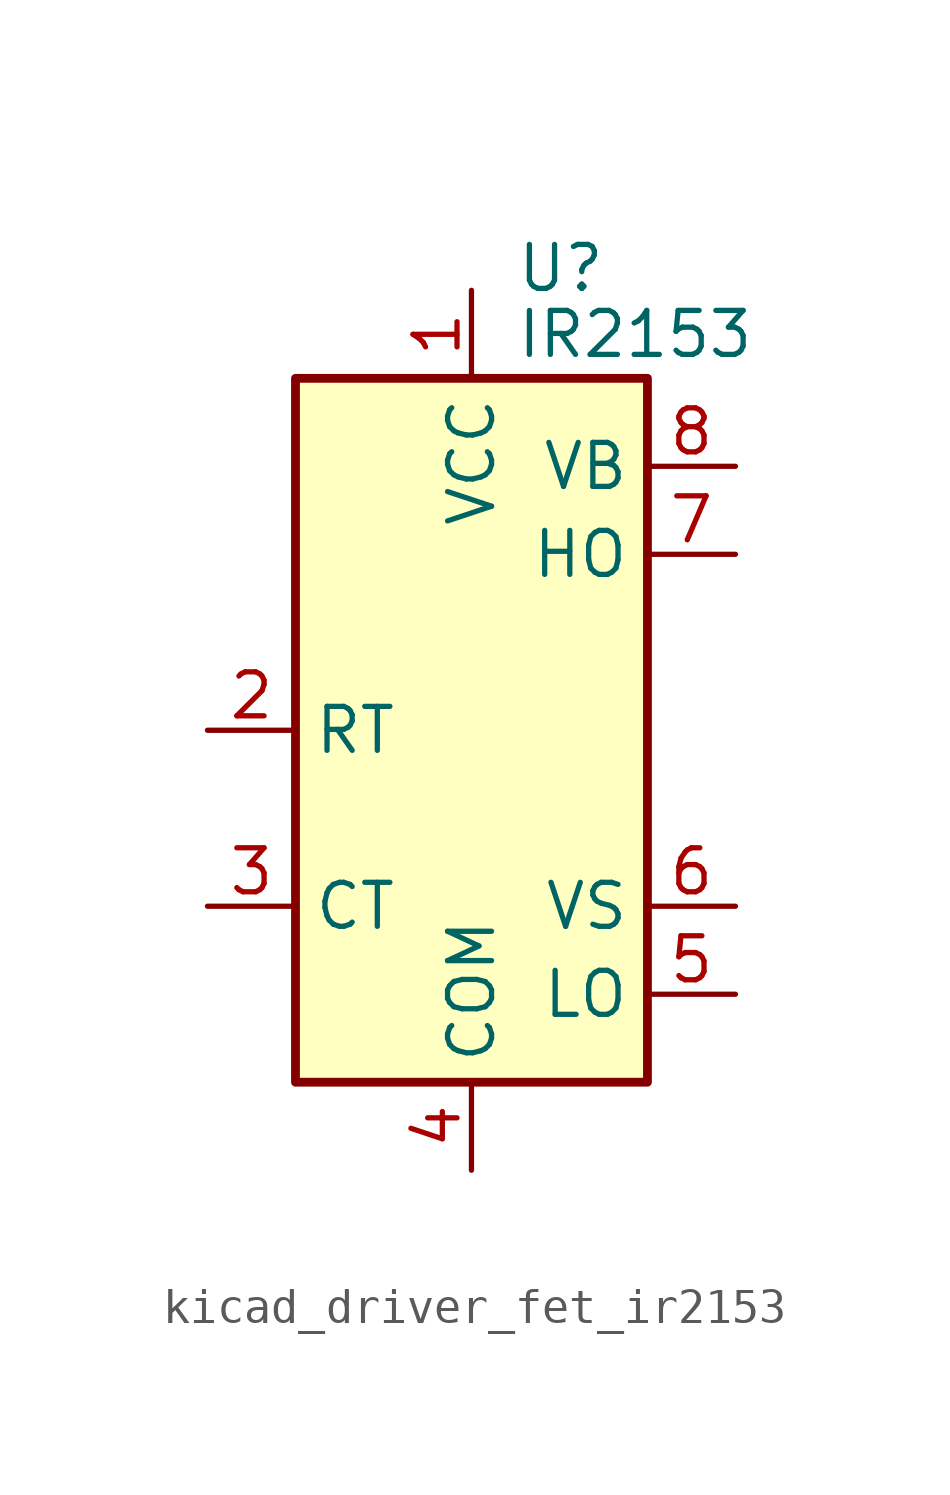
<source format=kicad_sym>
(kicad_symbol_lib
  (version 20220914)
  (generator kicad_symbol_editor)
  (symbol "kicad_driver_fet_ir2153"
    (property "Reference" "U"
      (at 1.27 13.335 0)
      (effects (font (size 1.27 1.27)) (justify left)))
    (property "Value" "IR2153"
      (at 1.27 11.43 0)
      (effects (font (size 1.27 1.27)) (justify left)))
    (symbol "kicad_driver_fet_ir2153_0_1"
      (rectangle (start -5.08 -10.16) (end 5.08 10.16) (stroke (width 0.254) (type default)) (fill (type background))))
    (symbol "kicad_driver_fet_ir2153_1_1"
      (pin power_in line (at 0 12.7 270) (length 2.54) (name "VCC" (effects (font (size 1.27 1.27)))) (number "1" (effects (font (size 1.27 1.27)))))
      (pin passive line (at -7.62 0 0) (length 2.54) (name "RT" (effects (font (size 1.27 1.27)))) (number "2" (effects (font (size 1.27 1.27)))))
      (pin passive line (at -7.62 -5.08 0) (length 2.54) (name "CT" (effects (font (size 1.27 1.27)))) (number "3" (effects (font (size 1.27 1.27)))))
      (pin power_in line (at 0 -12.7 90) (length 2.54) (name "COM" (effects (font (size 1.27 1.27)))) (number "4" (effects (font (size 1.27 1.27)))))
      (pin output line (at 7.62 -7.62 180) (length 2.54) (name "LO" (effects (font (size 1.27 1.27)))) (number "5" (effects (font (size 1.27 1.27)))))
      (pin passive line (at 7.62 -5.08 180) (length 2.54) (name "VS" (effects (font (size 1.27 1.27)))) (number "6" (effects (font (size 1.27 1.27)))))
      (pin output line (at 7.62 5.08 180) (length 2.54) (name "HO" (effects (font (size 1.27 1.27)))) (number "7" (effects (font (size 1.27 1.27)))))
      (pin passive line (at 7.62 7.62 180) (length 2.54) (name "VB" (effects (font (size 1.27 1.27)))) (number "8" (effects (font (size 1.27 1.27))))))))
</source>
